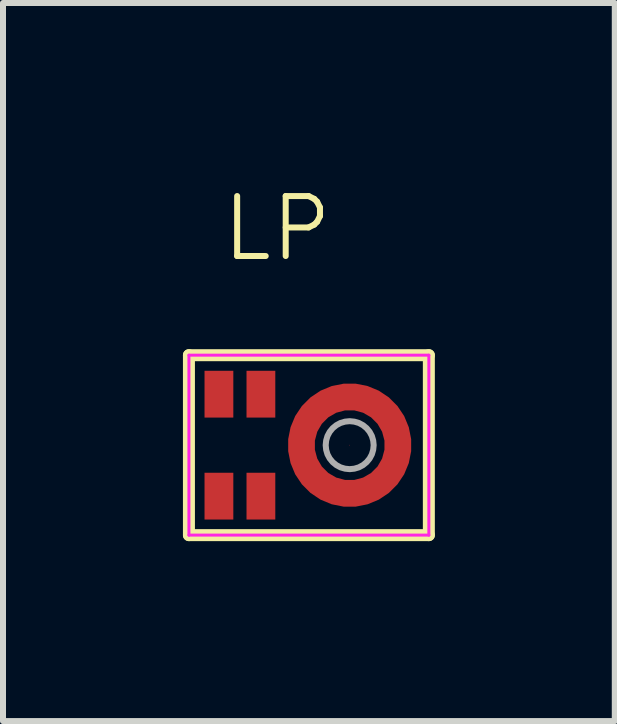
<source format=kicad_pcb>
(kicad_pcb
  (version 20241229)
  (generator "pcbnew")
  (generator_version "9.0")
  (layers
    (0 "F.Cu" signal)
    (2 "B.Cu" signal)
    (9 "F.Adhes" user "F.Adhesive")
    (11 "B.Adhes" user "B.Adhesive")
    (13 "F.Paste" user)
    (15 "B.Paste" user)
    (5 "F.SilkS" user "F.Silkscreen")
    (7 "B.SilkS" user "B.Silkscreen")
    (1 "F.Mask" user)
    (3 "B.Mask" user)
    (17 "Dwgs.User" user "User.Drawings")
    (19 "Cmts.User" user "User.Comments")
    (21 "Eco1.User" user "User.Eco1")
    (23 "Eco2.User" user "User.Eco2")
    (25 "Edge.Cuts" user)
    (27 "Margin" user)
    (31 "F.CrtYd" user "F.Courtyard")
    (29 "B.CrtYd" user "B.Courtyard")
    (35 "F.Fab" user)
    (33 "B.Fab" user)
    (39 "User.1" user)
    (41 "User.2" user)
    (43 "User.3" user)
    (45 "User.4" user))
  (footprint "LP"
    (layer "F.Cu")
    (at 2.1 4.372)
    (property "Reference" "LP" (at -1.5 -3.611 0) (layer "F.SilkS") (effects (font (size 1 1) (thickness 0.1)) (justify left)))
    (fp_line (start -2 -1.5) (end -2 1.5) (stroke (width 0.2) (type solid)) (layer "F.SilkS"))
    (fp_line (start -2 1.5) (end 2 1.5) (stroke (width 0.2) (type solid)) (layer "F.SilkS"))
    (fp_line (start 2 -1.5) (end -2 -1.5) (stroke (width 0.2) (type solid)) (layer "F.SilkS"))
    (fp_line (start 2 1.5) (end 2 -1.5) (stroke (width 0.2) (type solid)) (layer "F.SilkS"))
    (fp_arc (start 1.485 0) (mid -0.125 0) (end 1.485 0) (stroke (width 0.45) (type solid)) (layer "F.Paste"))
    (fp_line (start -2 -1.5) (end -2 1.5) (stroke (width 0.05) (type solid)) (layer "F.CrtYd"))
    (fp_line (start -2 1.5) (end 2 1.5) (stroke (width 0.05) (type solid)) (layer "F.CrtYd"))
    (fp_line (start 2 -1.5) (end -2 -1.5) (stroke (width 0.05) (type solid)) (layer "F.CrtYd"))
    (fp_line (start 2 1.5) (end 2 -1.5) (stroke (width 0.05) (type solid)) (layer "F.CrtYd"))
    (fp_poly (pts (xy 1.08 0) (xy 1.072 -0.078) (xy 1.05 -0.153) (xy 1.013 -0.222) (xy 0.963 -0.283) (xy 0.902 -0.333) (xy 0.833 -0.37) (xy 0.758 -0.392) (xy 0.68 -0.4) (xy 0.602 -0.392) (xy 0.527 -0.37) (xy 0.458 -0.333) (xy 0.397 -0.283) (xy 0.347 -0.222) (xy 0.31 -0.153) (xy 0.288 -0.078) (xy 0.28 0) (xy 0.288 0.078) (xy 0.31 0.153) (xy 0.347 0.222) (xy 0.397 0.283) (xy 0.458 0.333) (xy 0.527 0.37) (xy 0.602 0.392) (xy 0.68 0.4) (xy 0.758 0.392) (xy 0.833 0.37) (xy 0.902 0.333) (xy 0.963 0.283) (xy 1.013 0.222) (xy 1.05 0.153) (xy 1.072 0.078)) (stroke (width 0.1) (type solid)) (fill no) (layer "F.Fab"))
    (pad "" smd roundrect (at -1.5 -0.85) (size 0.4 0.8) (layers "F.Paste") (roundrect_rratio 0.5))
    (pad "" smd roundrect (at -1.5 0.85) (size 0.4 0.8) (layers "F.Paste") (roundrect_rratio 0.5))
    (pad "" smd roundrect (at -0.8 -0.85) (size 0.4 0.8) (layers "F.Paste") (roundrect_rratio 0.5))
    (pad "" smd roundrect (at -0.8 0.85) (size 0.4 0.8) (layers "F.Paste") (roundrect_rratio 0.5))
    (pad "1" smd rect (at -1.5 -0.85) (size 0.48 0.78) (layers "F.Cu" "F.Mask"))
    (pad "2" smd rect (at -0.8 -0.85) (size 0.48 0.78) (layers "F.Cu" "F.Mask"))
    (pad "3" smd rect (at -1.5 0.85) (size 0.48 0.78) (layers "F.Cu" "F.Mask"))
    (pad "4" smd rect (at -0.8 0.85) (size 0.48 0.78) (layers "F.Cu" "F.Mask"))
    (pad "5" smd custom (at 0.68 0) (size 0.01 0.01) (layers "F.Cu") (options (anchor circle)) (primitives (gr_circle (center 0 0) (end 0.805 0) (width 0.45) (fill no)))))
  (gr_rect
    (start -3 -3)
    (end 7.2 8.972)
    (stroke (width 0.1) (type default))
    (fill no)
    (layer "Edge.Cuts")))
</source>
